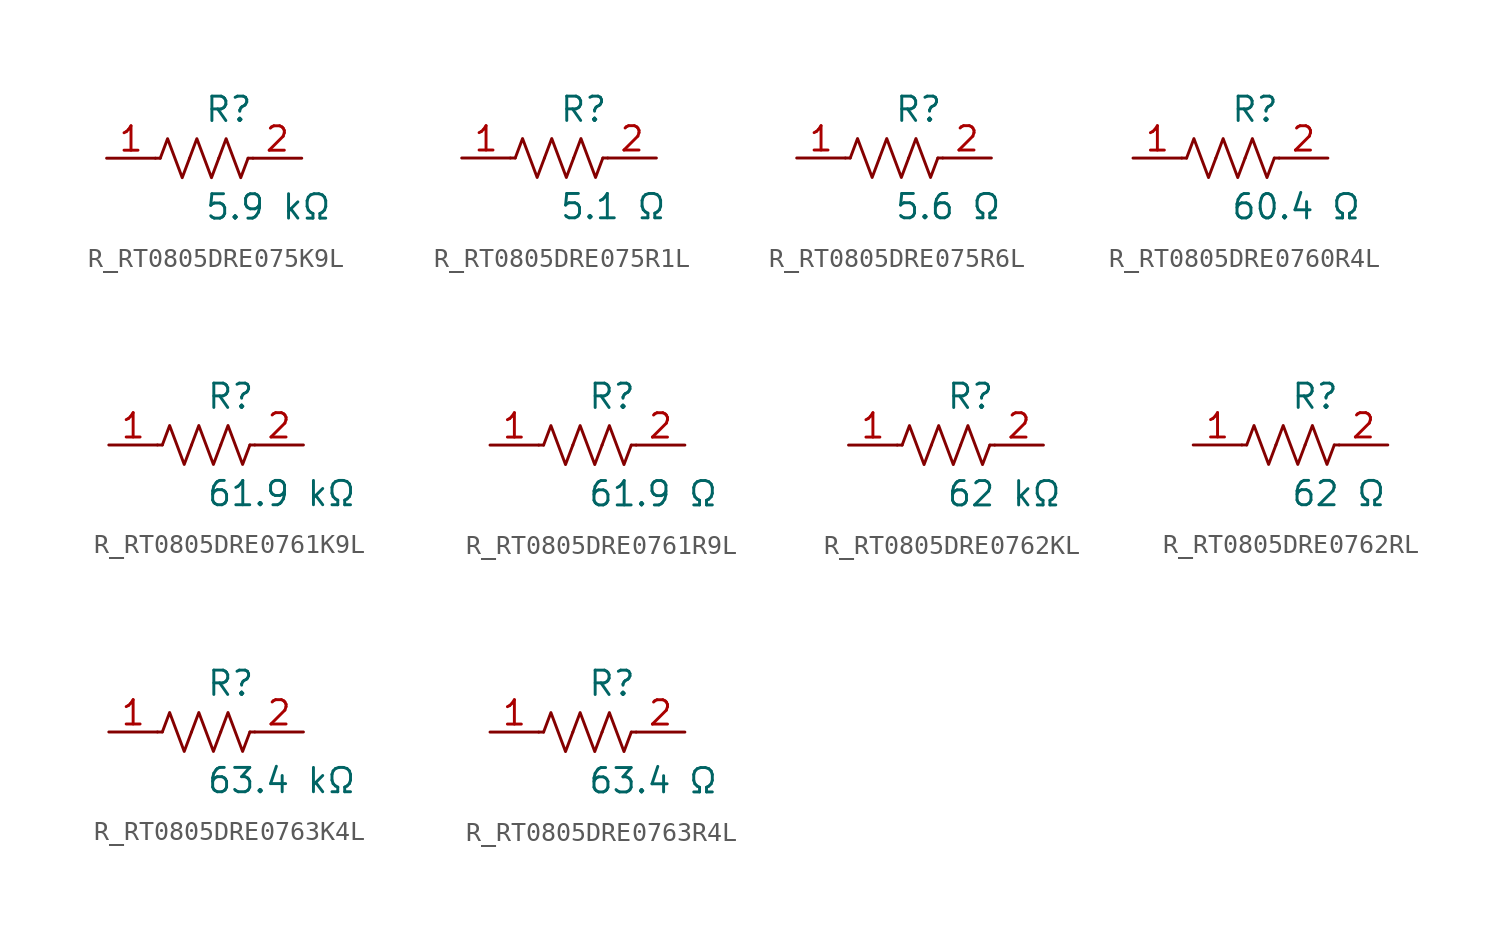
<source format=kicad_sym>
(kicad_symbol_lib
  (version 20231120)
  (generator kicad_symbol_editor)
  (generator_version 8.0)
  (symbol "R_RT0805DRE075K9L"
    (pin_names
      (offset 0.254))
    (property "Reference" "R"
      (at 0 2.54 0)
      (effects (font (size 1.27 1.27)) (justify left)))
    (property "Value" "5.9 kΩ"
      (at 0 -2.54 0)
      (effects (font (size 1.27 1.27)) (justify left)))
    (symbol "R_RT0805DRE075K9L_0_1"
      (polyline (pts (xy 2.286 0) (xy 2.54 0)) (stroke (width 0) (type default)) (fill (type none)))
      (polyline (pts (xy -2.286 0) (xy -2.54 0)) (stroke (width 0) (type default)) (fill (type none)))
      (polyline (pts (xy 0.762 0) (xy 1.143 1.016) (xy 1.524 0) (xy 1.905 -1.016) (xy 2.286 0)) (stroke (width 0) (type default)) (fill (type none)))
      (polyline (pts (xy -0.762 0) (xy -0.381 1.016) (xy 0 0) (xy 0.381 -1.016) (xy 0.762 0)) (stroke (width 0) (type default)) (fill (type none)))
      (polyline (pts (xy -2.286 0) (xy -1.905 1.016) (xy -1.524 0) (xy -1.143 -1.016) (xy -0.762 0)) (stroke (width 0) (type default)) (fill (type none))))
    (pin passive line
      (at -5.08 0 0)
      (length 2.54)
      (name "" (effects (font (size 1.27 1.27))))
      (number "1" (effects (font (size 1.27 1.27)))))
    (pin passive line
      (at 5.08 0 180)
      (length 2.54)
      (name "" (effects (font (size 1.27 1.27))))
      (number "2" (effects (font (size 1.27 1.27))))))
  (symbol "R_RT0805DRE075R1L"
    (pin_names
      (offset 0.254))
    (property "Reference" "R"
      (at 0 2.54 0)
      (effects (font (size 1.27 1.27)) (justify left)))
    (property "Value" "5.1 Ω"
      (at 0 -2.54 0)
      (effects (font (size 1.27 1.27)) (justify left)))
    (symbol "R_RT0805DRE075R1L_0_1"
      (polyline (pts (xy 2.286 0) (xy 2.54 0)) (stroke (width 0) (type default)) (fill (type none)))
      (polyline (pts (xy -2.286 0) (xy -2.54 0)) (stroke (width 0) (type default)) (fill (type none)))
      (polyline (pts (xy 0.762 0) (xy 1.143 1.016) (xy 1.524 0) (xy 1.905 -1.016) (xy 2.286 0)) (stroke (width 0) (type default)) (fill (type none)))
      (polyline (pts (xy -0.762 0) (xy -0.381 1.016) (xy 0 0) (xy 0.381 -1.016) (xy 0.762 0)) (stroke (width 0) (type default)) (fill (type none)))
      (polyline (pts (xy -2.286 0) (xy -1.905 1.016) (xy -1.524 0) (xy -1.143 -1.016) (xy -0.762 0)) (stroke (width 0) (type default)) (fill (type none))))
    (pin passive line
      (at -5.08 0 0)
      (length 2.54)
      (name "" (effects (font (size 1.27 1.27))))
      (number "1" (effects (font (size 1.27 1.27)))))
    (pin passive line
      (at 5.08 0 180)
      (length 2.54)
      (name "" (effects (font (size 1.27 1.27))))
      (number "2" (effects (font (size 1.27 1.27))))))
  (symbol "R_RT0805DRE075R6L"
    (pin_names
      (offset 0.254))
    (property "Reference" "R"
      (at 0 2.54 0)
      (effects (font (size 1.27 1.27)) (justify left)))
    (property "Value" "5.6 Ω"
      (at 0 -2.54 0)
      (effects (font (size 1.27 1.27)) (justify left)))
    (symbol "R_RT0805DRE075R6L_0_1"
      (polyline (pts (xy 2.286 0) (xy 2.54 0)) (stroke (width 0) (type default)) (fill (type none)))
      (polyline (pts (xy -2.286 0) (xy -2.54 0)) (stroke (width 0) (type default)) (fill (type none)))
      (polyline (pts (xy 0.762 0) (xy 1.143 1.016) (xy 1.524 0) (xy 1.905 -1.016) (xy 2.286 0)) (stroke (width 0) (type default)) (fill (type none)))
      (polyline (pts (xy -0.762 0) (xy -0.381 1.016) (xy 0 0) (xy 0.381 -1.016) (xy 0.762 0)) (stroke (width 0) (type default)) (fill (type none)))
      (polyline (pts (xy -2.286 0) (xy -1.905 1.016) (xy -1.524 0) (xy -1.143 -1.016) (xy -0.762 0)) (stroke (width 0) (type default)) (fill (type none))))
    (pin passive line
      (at -5.08 0 0)
      (length 2.54)
      (name "" (effects (font (size 1.27 1.27))))
      (number "1" (effects (font (size 1.27 1.27)))))
    (pin passive line
      (at 5.08 0 180)
      (length 2.54)
      (name "" (effects (font (size 1.27 1.27))))
      (number "2" (effects (font (size 1.27 1.27))))))
  (symbol "R_RT0805DRE0760R4L"
    (pin_names
      (offset 0.254))
    (property "Reference" "R"
      (at 0 2.54 0)
      (effects (font (size 1.27 1.27)) (justify left)))
    (property "Value" "60.4 Ω"
      (at 0 -2.54 0)
      (effects (font (size 1.27 1.27)) (justify left)))
    (symbol "R_RT0805DRE0760R4L_0_1"
      (polyline (pts (xy 2.286 0) (xy 2.54 0)) (stroke (width 0) (type default)) (fill (type none)))
      (polyline (pts (xy -2.286 0) (xy -2.54 0)) (stroke (width 0) (type default)) (fill (type none)))
      (polyline (pts (xy 0.762 0) (xy 1.143 1.016) (xy 1.524 0) (xy 1.905 -1.016) (xy 2.286 0)) (stroke (width 0) (type default)) (fill (type none)))
      (polyline (pts (xy -0.762 0) (xy -0.381 1.016) (xy 0 0) (xy 0.381 -1.016) (xy 0.762 0)) (stroke (width 0) (type default)) (fill (type none)))
      (polyline (pts (xy -2.286 0) (xy -1.905 1.016) (xy -1.524 0) (xy -1.143 -1.016) (xy -0.762 0)) (stroke (width 0) (type default)) (fill (type none))))
    (pin passive line
      (at -5.08 0 0)
      (length 2.54)
      (name "" (effects (font (size 1.27 1.27))))
      (number "1" (effects (font (size 1.27 1.27)))))
    (pin passive line
      (at 5.08 0 180)
      (length 2.54)
      (name "" (effects (font (size 1.27 1.27))))
      (number "2" (effects (font (size 1.27 1.27))))))
  (symbol "R_RT0805DRE0761K9L"
    (pin_names
      (offset 0.254))
    (property "Reference" "R"
      (at 0 2.54 0)
      (effects (font (size 1.27 1.27)) (justify left)))
    (property "Value" "61.9 kΩ"
      (at 0 -2.54 0)
      (effects (font (size 1.27 1.27)) (justify left)))
    (symbol "R_RT0805DRE0761K9L_0_1"
      (polyline (pts (xy 2.286 0) (xy 2.54 0)) (stroke (width 0) (type default)) (fill (type none)))
      (polyline (pts (xy -2.286 0) (xy -2.54 0)) (stroke (width 0) (type default)) (fill (type none)))
      (polyline (pts (xy 0.762 0) (xy 1.143 1.016) (xy 1.524 0) (xy 1.905 -1.016) (xy 2.286 0)) (stroke (width 0) (type default)) (fill (type none)))
      (polyline (pts (xy -0.762 0) (xy -0.381 1.016) (xy 0 0) (xy 0.381 -1.016) (xy 0.762 0)) (stroke (width 0) (type default)) (fill (type none)))
      (polyline (pts (xy -2.286 0) (xy -1.905 1.016) (xy -1.524 0) (xy -1.143 -1.016) (xy -0.762 0)) (stroke (width 0) (type default)) (fill (type none))))
    (pin passive line
      (at -5.08 0 0)
      (length 2.54)
      (name "" (effects (font (size 1.27 1.27))))
      (number "1" (effects (font (size 1.27 1.27)))))
    (pin passive line
      (at 5.08 0 180)
      (length 2.54)
      (name "" (effects (font (size 1.27 1.27))))
      (number "2" (effects (font (size 1.27 1.27))))))
  (symbol "R_RT0805DRE0761R9L"
    (pin_names
      (offset 0.254))
    (property "Reference" "R"
      (at 0 2.54 0)
      (effects (font (size 1.27 1.27)) (justify left)))
    (property "Value" "61.9 Ω"
      (at 0 -2.54 0)
      (effects (font (size 1.27 1.27)) (justify left)))
    (symbol "R_RT0805DRE0761R9L_0_1"
      (polyline (pts (xy 2.286 0) (xy 2.54 0)) (stroke (width 0) (type default)) (fill (type none)))
      (polyline (pts (xy -2.286 0) (xy -2.54 0)) (stroke (width 0) (type default)) (fill (type none)))
      (polyline (pts (xy 0.762 0) (xy 1.143 1.016) (xy 1.524 0) (xy 1.905 -1.016) (xy 2.286 0)) (stroke (width 0) (type default)) (fill (type none)))
      (polyline (pts (xy -0.762 0) (xy -0.381 1.016) (xy 0 0) (xy 0.381 -1.016) (xy 0.762 0)) (stroke (width 0) (type default)) (fill (type none)))
      (polyline (pts (xy -2.286 0) (xy -1.905 1.016) (xy -1.524 0) (xy -1.143 -1.016) (xy -0.762 0)) (stroke (width 0) (type default)) (fill (type none))))
    (pin passive line
      (at -5.08 0 0)
      (length 2.54)
      (name "" (effects (font (size 1.27 1.27))))
      (number "1" (effects (font (size 1.27 1.27)))))
    (pin passive line
      (at 5.08 0 180)
      (length 2.54)
      (name "" (effects (font (size 1.27 1.27))))
      (number "2" (effects (font (size 1.27 1.27))))))
  (symbol "R_RT0805DRE0762KL"
    (pin_names
      (offset 0.254))
    (property "Reference" "R"
      (at 0 2.54 0)
      (effects (font (size 1.27 1.27)) (justify left)))
    (property "Value" "62 kΩ"
      (at 0 -2.54 0)
      (effects (font (size 1.27 1.27)) (justify left)))
    (symbol "R_RT0805DRE0762KL_0_1"
      (polyline (pts (xy 2.286 0) (xy 2.54 0)) (stroke (width 0) (type default)) (fill (type none)))
      (polyline (pts (xy -2.286 0) (xy -2.54 0)) (stroke (width 0) (type default)) (fill (type none)))
      (polyline (pts (xy 0.762 0) (xy 1.143 1.016) (xy 1.524 0) (xy 1.905 -1.016) (xy 2.286 0)) (stroke (width 0) (type default)) (fill (type none)))
      (polyline (pts (xy -0.762 0) (xy -0.381 1.016) (xy 0 0) (xy 0.381 -1.016) (xy 0.762 0)) (stroke (width 0) (type default)) (fill (type none)))
      (polyline (pts (xy -2.286 0) (xy -1.905 1.016) (xy -1.524 0) (xy -1.143 -1.016) (xy -0.762 0)) (stroke (width 0) (type default)) (fill (type none))))
    (pin passive line
      (at -5.08 0 0)
      (length 2.54)
      (name "" (effects (font (size 1.27 1.27))))
      (number "1" (effects (font (size 1.27 1.27)))))
    (pin passive line
      (at 5.08 0 180)
      (length 2.54)
      (name "" (effects (font (size 1.27 1.27))))
      (number "2" (effects (font (size 1.27 1.27))))))
  (symbol "R_RT0805DRE0762RL"
    (pin_names
      (offset 0.254))
    (property "Reference" "R"
      (at 0 2.54 0)
      (effects (font (size 1.27 1.27)) (justify left)))
    (property "Value" "62 Ω"
      (at 0 -2.54 0)
      (effects (font (size 1.27 1.27)) (justify left)))
    (symbol "R_RT0805DRE0762RL_0_1"
      (polyline (pts (xy 2.286 0) (xy 2.54 0)) (stroke (width 0) (type default)) (fill (type none)))
      (polyline (pts (xy -2.286 0) (xy -2.54 0)) (stroke (width 0) (type default)) (fill (type none)))
      (polyline (pts (xy 0.762 0) (xy 1.143 1.016) (xy 1.524 0) (xy 1.905 -1.016) (xy 2.286 0)) (stroke (width 0) (type default)) (fill (type none)))
      (polyline (pts (xy -0.762 0) (xy -0.381 1.016) (xy 0 0) (xy 0.381 -1.016) (xy 0.762 0)) (stroke (width 0) (type default)) (fill (type none)))
      (polyline (pts (xy -2.286 0) (xy -1.905 1.016) (xy -1.524 0) (xy -1.143 -1.016) (xy -0.762 0)) (stroke (width 0) (type default)) (fill (type none))))
    (pin passive line
      (at -5.08 0 0)
      (length 2.54)
      (name "" (effects (font (size 1.27 1.27))))
      (number "1" (effects (font (size 1.27 1.27)))))
    (pin passive line
      (at 5.08 0 180)
      (length 2.54)
      (name "" (effects (font (size 1.27 1.27))))
      (number "2" (effects (font (size 1.27 1.27))))))
  (symbol "R_RT0805DRE0763K4L"
    (pin_names
      (offset 0.254))
    (property "Reference" "R"
      (at 0 2.54 0)
      (effects (font (size 1.27 1.27)) (justify left)))
    (property "Value" "63.4 kΩ"
      (at 0 -2.54 0)
      (effects (font (size 1.27 1.27)) (justify left)))
    (symbol "R_RT0805DRE0763K4L_0_1"
      (polyline (pts (xy 2.286 0) (xy 2.54 0)) (stroke (width 0) (type default)) (fill (type none)))
      (polyline (pts (xy -2.286 0) (xy -2.54 0)) (stroke (width 0) (type default)) (fill (type none)))
      (polyline (pts (xy 0.762 0) (xy 1.143 1.016) (xy 1.524 0) (xy 1.905 -1.016) (xy 2.286 0)) (stroke (width 0) (type default)) (fill (type none)))
      (polyline (pts (xy -0.762 0) (xy -0.381 1.016) (xy 0 0) (xy 0.381 -1.016) (xy 0.762 0)) (stroke (width 0) (type default)) (fill (type none)))
      (polyline (pts (xy -2.286 0) (xy -1.905 1.016) (xy -1.524 0) (xy -1.143 -1.016) (xy -0.762 0)) (stroke (width 0) (type default)) (fill (type none))))
    (pin passive line
      (at -5.08 0 0)
      (length 2.54)
      (name "" (effects (font (size 1.27 1.27))))
      (number "1" (effects (font (size 1.27 1.27)))))
    (pin passive line
      (at 5.08 0 180)
      (length 2.54)
      (name "" (effects (font (size 1.27 1.27))))
      (number "2" (effects (font (size 1.27 1.27))))))
  (symbol "R_RT0805DRE0763R4L"
    (pin_names
      (offset 0.254))
    (property "Reference" "R"
      (at 0 2.54 0)
      (effects (font (size 1.27 1.27)) (justify left)))
    (property "Value" "63.4 Ω"
      (at 0 -2.54 0)
      (effects (font (size 1.27 1.27)) (justify left)))
    (symbol "R_RT0805DRE0763R4L_0_1"
      (polyline (pts (xy 2.286 0) (xy 2.54 0)) (stroke (width 0) (type default)) (fill (type none)))
      (polyline (pts (xy -2.286 0) (xy -2.54 0)) (stroke (width 0) (type default)) (fill (type none)))
      (polyline (pts (xy 0.762 0) (xy 1.143 1.016) (xy 1.524 0) (xy 1.905 -1.016) (xy 2.286 0)) (stroke (width 0) (type default)) (fill (type none)))
      (polyline (pts (xy -0.762 0) (xy -0.381 1.016) (xy 0 0) (xy 0.381 -1.016) (xy 0.762 0)) (stroke (width 0) (type default)) (fill (type none)))
      (polyline (pts (xy -2.286 0) (xy -1.905 1.016) (xy -1.524 0) (xy -1.143 -1.016) (xy -0.762 0)) (stroke (width 0) (type default)) (fill (type none))))
    (pin passive line
      (at -5.08 0 0)
      (length 2.54)
      (name "" (effects (font (size 1.27 1.27))))
      (number "1" (effects (font (size 1.27 1.27)))))
    (pin passive line
      (at 5.08 0 180)
      (length 2.54)
      (name "" (effects (font (size 1.27 1.27))))
      (number "2" (effects (font (size 1.27 1.27)))))))
</source>
